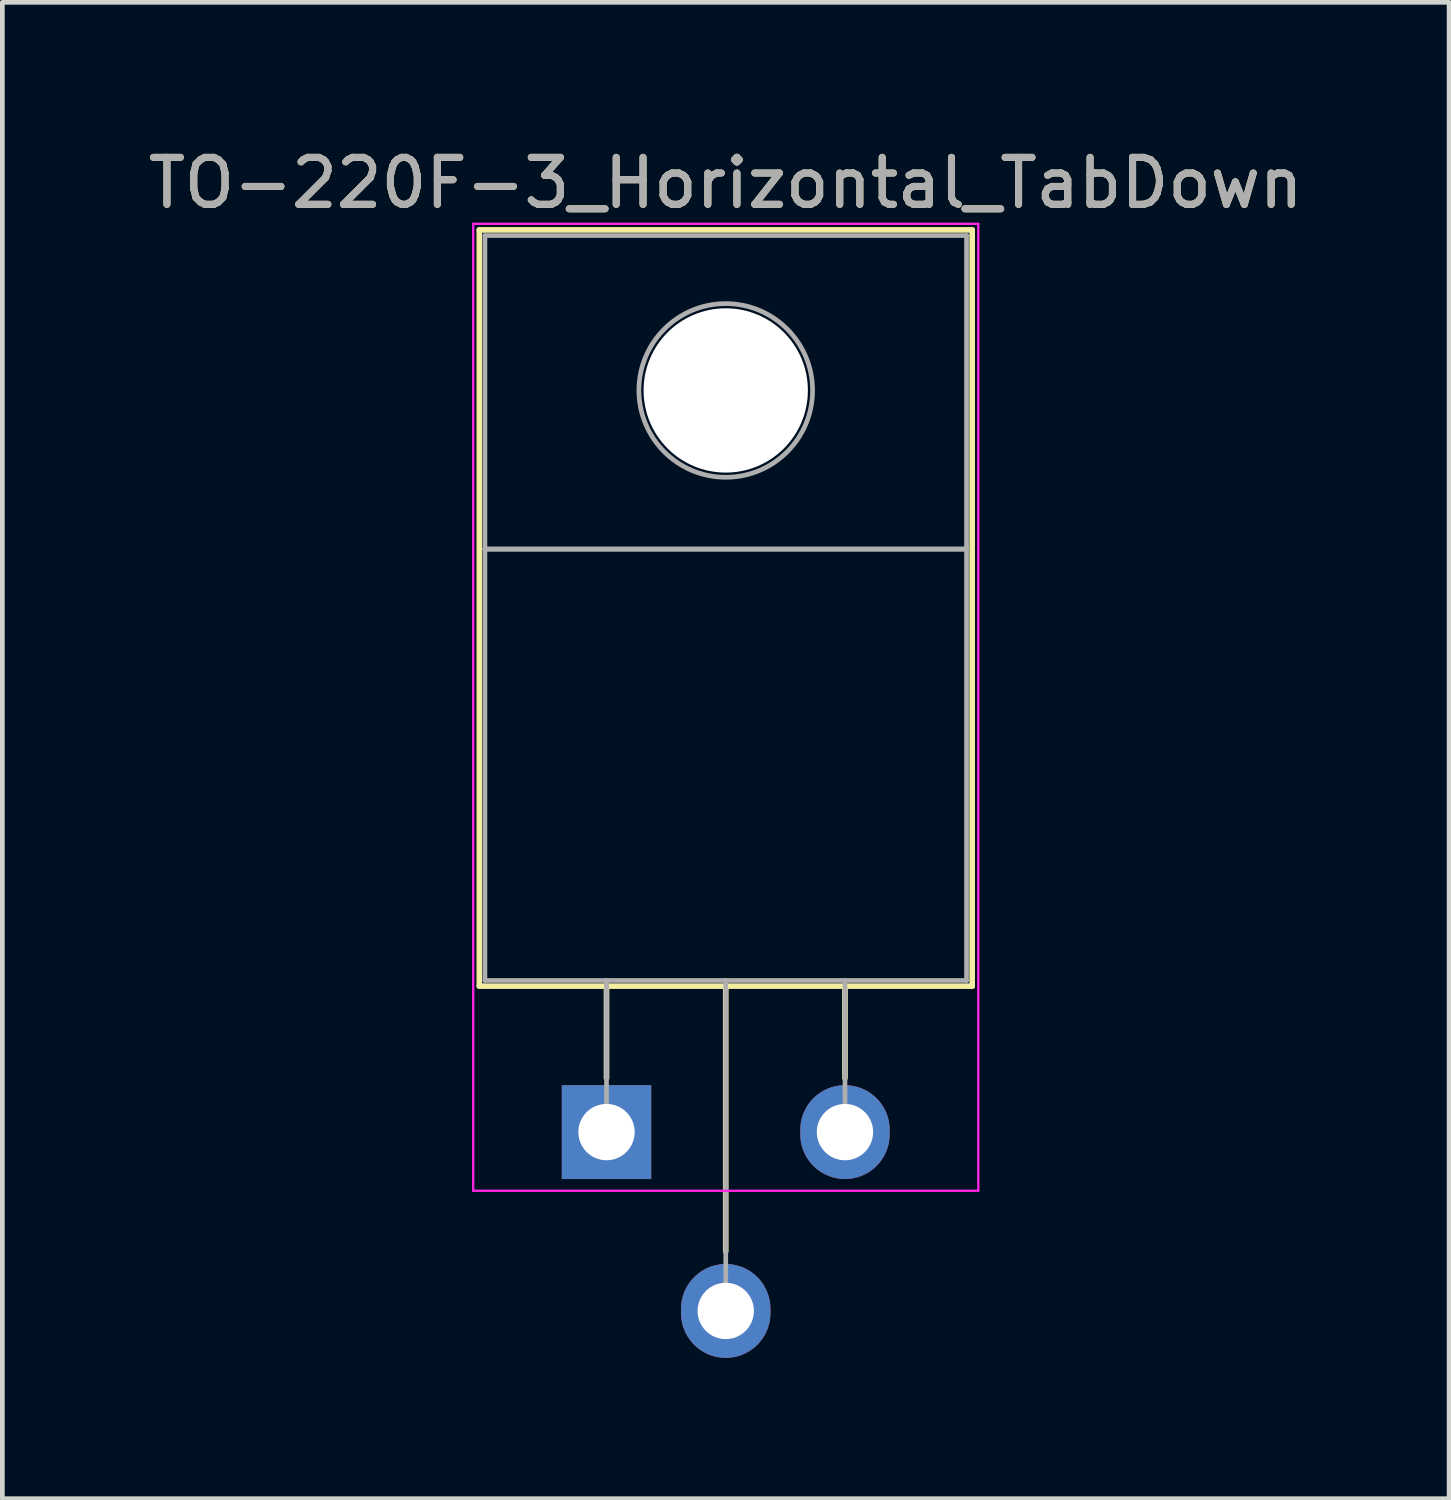
<source format=kicad_pcb>
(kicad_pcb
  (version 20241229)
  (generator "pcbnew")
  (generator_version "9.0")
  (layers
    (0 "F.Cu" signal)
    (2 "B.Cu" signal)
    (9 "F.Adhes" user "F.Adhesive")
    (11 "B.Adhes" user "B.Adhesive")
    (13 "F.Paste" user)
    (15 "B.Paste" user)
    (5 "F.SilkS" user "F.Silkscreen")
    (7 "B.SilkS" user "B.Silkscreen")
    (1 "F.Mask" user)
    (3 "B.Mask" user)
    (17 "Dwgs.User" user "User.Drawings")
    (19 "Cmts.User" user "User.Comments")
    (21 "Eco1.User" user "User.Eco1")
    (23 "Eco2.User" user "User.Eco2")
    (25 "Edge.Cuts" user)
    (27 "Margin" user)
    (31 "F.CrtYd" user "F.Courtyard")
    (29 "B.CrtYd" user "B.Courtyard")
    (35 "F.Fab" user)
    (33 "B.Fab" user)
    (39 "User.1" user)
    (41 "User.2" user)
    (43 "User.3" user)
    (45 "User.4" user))
  (footprint "TO-220F-3_Horizontal_TabDown"
    (layer "F.Cu")
    (at 9.871 21.068)
    (property "Reference" "TO-220F-3_Horizontal_TabDown" (at 2.54 -20.22 0) (layer "F.SilkS") (effects (font (size 1 1) (thickness 0.15))))
    (attr through_hole)
    (fp_line (start -2.71 -19.22) (end -2.71 -3.11) (stroke (width 0.12) (type solid)) (layer "F.SilkS"))
    (fp_line (start -2.71 -19.22) (end 7.79 -19.22) (stroke (width 0.12) (type solid)) (layer "F.SilkS"))
    (fp_line (start -2.71 -3.11) (end 7.79 -3.11) (stroke (width 0.12) (type solid)) (layer "F.SilkS"))
    (fp_line (start 0 -3.11) (end 0 -1.15) (stroke (width 0.12) (type solid)) (layer "F.SilkS"))
    (fp_line (start 2.54 -3.11) (end 2.54 2.54) (stroke (width 0.12) (type solid)) (layer "F.SilkS"))
    (fp_line (start 5.08 -3.11) (end 5.08 -1.15) (stroke (width 0.12) (type solid)) (layer "F.SilkS"))
    (fp_line (start 7.79 -19.22) (end 7.79 -3.11) (stroke (width 0.12) (type solid)) (layer "F.SilkS"))
    (fp_line (start -2.84 -19.35) (end -2.84 1.25) (stroke (width 0.05) (type solid)) (layer "F.CrtYd"))
    (fp_line (start -2.84 1.25) (end 7.92 1.25) (stroke (width 0.05) (type solid)) (layer "F.CrtYd"))
    (fp_line (start 7.92 -19.35) (end -2.84 -19.35) (stroke (width 0.05) (type solid)) (layer "F.CrtYd"))
    (fp_line (start 7.92 1.25) (end 7.92 -19.35) (stroke (width 0.05) (type solid)) (layer "F.CrtYd"))
    (fp_line (start -2.59 -19.1) (end 7.67 -19.1) (stroke (width 0.1) (type solid)) (layer "F.Fab"))
    (fp_line (start -2.59 -12.42) (end -2.59 -19.1) (stroke (width 0.1) (type solid)) (layer "F.Fab"))
    (fp_line (start -2.59 -12.42) (end 7.67 -12.42) (stroke (width 0.1) (type solid)) (layer "F.Fab"))
    (fp_line (start -2.59 -3.23) (end -2.59 -12.42) (stroke (width 0.1) (type solid)) (layer "F.Fab"))
    (fp_line (start 0 -3.23) (end 0 0) (stroke (width 0.1) (type solid)) (layer "F.Fab"))
    (fp_line (start 2.54 -3.23) (end 2.54 3.81) (stroke (width 0.1) (type solid)) (layer "F.Fab"))
    (fp_line (start 5.08 -3.23) (end 5.08 0) (stroke (width 0.1) (type solid)) (layer "F.Fab"))
    (fp_line (start 7.67 -19.1) (end 7.67 -12.42) (stroke (width 0.1) (type solid)) (layer "F.Fab"))
    (fp_line (start 7.67 -12.42) (end -2.59 -12.42) (stroke (width 0.1) (type solid)) (layer "F.Fab"))
    (fp_line (start 7.67 -12.42) (end 7.67 -3.23) (stroke (width 0.1) (type solid)) (layer "F.Fab"))
    (fp_line (start 7.67 -3.23) (end -2.59 -3.23) (stroke (width 0.1) (type solid)) (layer "F.Fab"))
    (fp_circle (center 2.54 -15.8) (end 4.39 -15.8) (stroke (width 0.1) (type solid)) (fill no) (layer "F.Fab"))
    (fp_text user "${REFERENCE}" (at 2.54 -20.22 0) (layer "F.Fab") (effects (font (size 1 1) (thickness 0.15))))
    (pad "" np_thru_hole oval (at 2.54 -15.8) (size 3.5 3.5) (drill 3.5) (layers "*.Cu" "*.Mask"))
    (pad "1" thru_hole rect (at 0 0) (size 1.905 2) (drill 1.2) (layers "*.Cu" "*.Mask"))
    (pad "2" thru_hole oval (at 2.54 3.81) (size 1.905 2) (drill 1.2) (layers "*.Cu" "*.Mask"))
    (pad "3" thru_hole oval (at 5.08 0) (size 1.905 2) (drill 1.2) (layers "*.Cu" "*.Mask")))
  (gr_rect
    (start -3 -3)
    (end 27.821 28.878)
    (stroke (width 0.1) (type default))
    (fill no)
    (layer "Edge.Cuts")))
</source>
